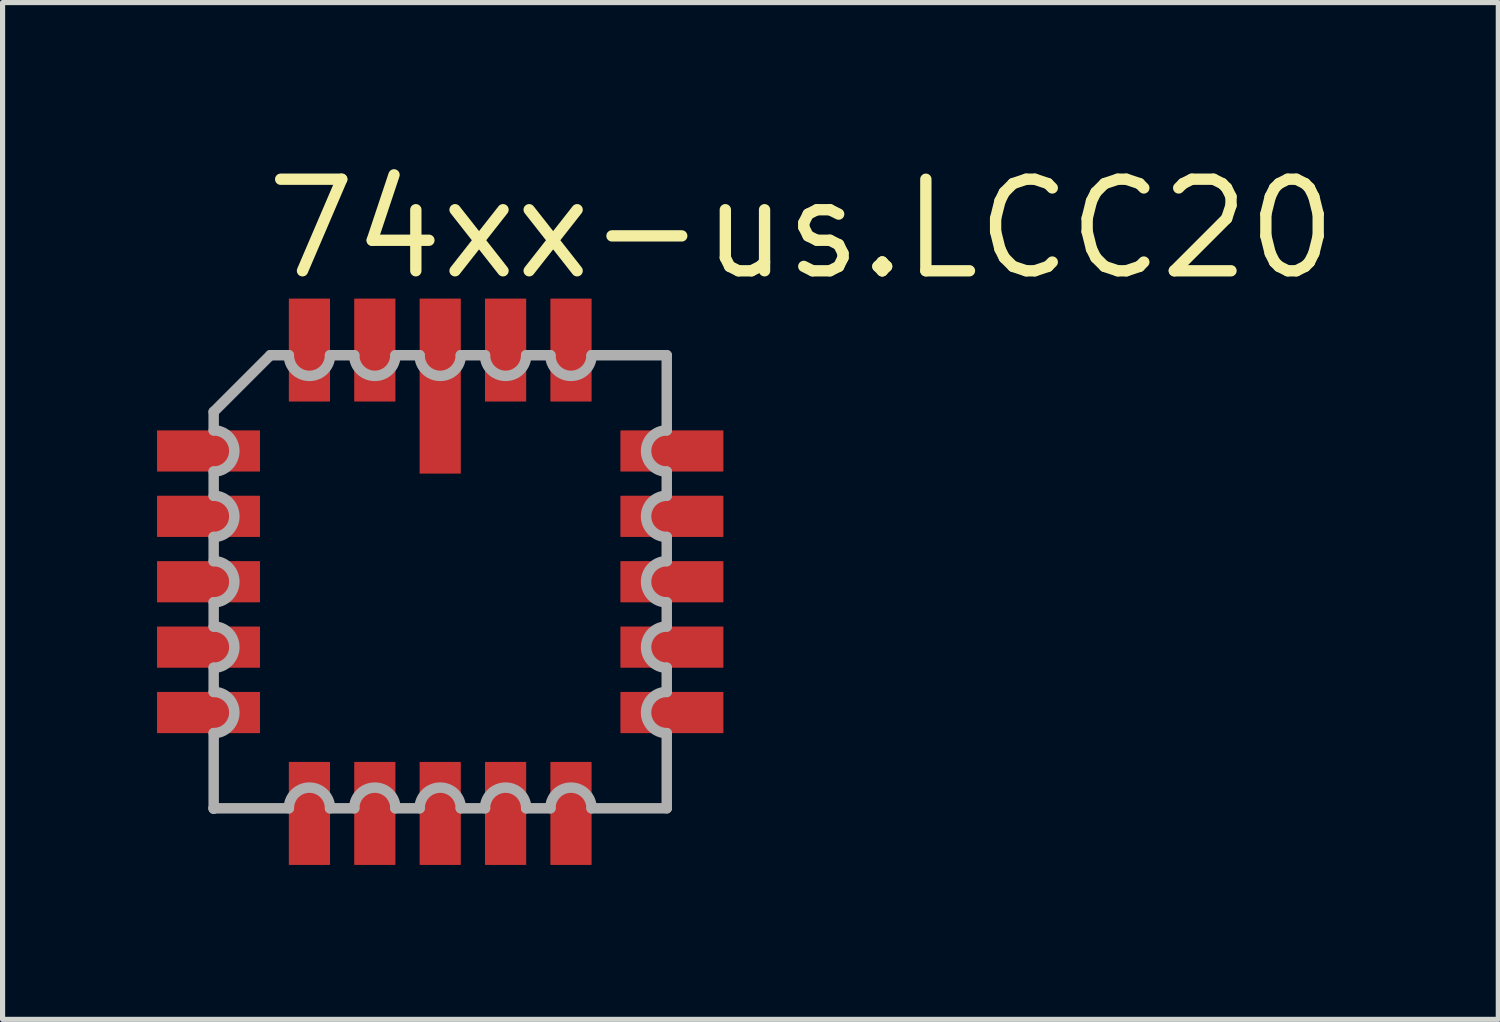
<source format=kicad_pcb>
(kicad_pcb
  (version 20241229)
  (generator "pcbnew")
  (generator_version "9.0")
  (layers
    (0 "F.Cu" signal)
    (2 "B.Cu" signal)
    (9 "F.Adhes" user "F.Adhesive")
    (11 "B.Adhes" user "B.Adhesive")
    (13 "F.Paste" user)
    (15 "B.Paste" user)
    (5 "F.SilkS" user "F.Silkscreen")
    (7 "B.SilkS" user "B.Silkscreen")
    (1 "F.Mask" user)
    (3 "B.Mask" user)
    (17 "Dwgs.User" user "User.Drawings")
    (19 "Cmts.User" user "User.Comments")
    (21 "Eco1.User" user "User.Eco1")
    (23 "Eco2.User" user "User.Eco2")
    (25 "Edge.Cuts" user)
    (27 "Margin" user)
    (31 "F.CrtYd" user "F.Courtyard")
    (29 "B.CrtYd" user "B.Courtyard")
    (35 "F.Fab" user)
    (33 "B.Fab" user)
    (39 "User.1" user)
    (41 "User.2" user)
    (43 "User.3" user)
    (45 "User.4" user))
  (footprint "74xx-us.LCC20"
    (layer "F.Cu")
    (at 5.5 8.249)
    (property "Reference" "74xx-us.LCC20" (at -3.497 -5.811 0) (layer "F.SilkS") (effects (font (size 1.778 1.778) (thickness 0.22)) (justify left bottom)))
    (attr smd)
    (fp_line (start -4.4 -3.3) (end -4.4 -2.94) (stroke (width 0.203) (type default)) (layer "F.Fab"))
    (fp_line (start -4.4 -2.14) (end -4.4 -1.67) (stroke (width 0.203) (type default)) (layer "F.Fab"))
    (fp_line (start -4.4 -0.87) (end -4.4 -0.4) (stroke (width 0.203) (type default)) (layer "F.Fab"))
    (fp_line (start -4.4 0.4) (end -4.4 0.87) (stroke (width 0.203) (type default)) (layer "F.Fab"))
    (fp_line (start -4.4 1.67) (end -4.4 2.14) (stroke (width 0.203) (type default)) (layer "F.Fab"))
    (fp_line (start -4.4 2.94) (end -4.4 4.4) (stroke (width 0.203) (type default)) (layer "F.Fab"))
    (fp_line (start -4.4 4.4) (end -4.4 4.41) (stroke (width 0.203) (type default)) (layer "F.Fab"))
    (fp_line (start -4.4 4.4) (end -2.94 4.4) (stroke (width 0.203) (type default)) (layer "F.Fab"))
    (fp_line (start -3.3 -4.4) (end -4.4 -3.3) (stroke (width 0.203) (type default)) (layer "F.Fab"))
    (fp_line (start -2.94 -4.4) (end -3.3 -4.4) (stroke (width 0.203) (type default)) (layer "F.Fab"))
    (fp_line (start -2.14 4.4) (end -1.67 4.4) (stroke (width 0.203) (type default)) (layer "F.Fab"))
    (fp_line (start -1.67 -4.4) (end -2.14 -4.4) (stroke (width 0.203) (type default)) (layer "F.Fab"))
    (fp_line (start -0.87 4.4) (end -0.4 4.4) (stroke (width 0.203) (type default)) (layer "F.Fab"))
    (fp_line (start -0.4 -4.4) (end -0.87 -4.4) (stroke (width 0.203) (type default)) (layer "F.Fab"))
    (fp_line (start 0.4 4.4) (end 0.87 4.4) (stroke (width 0.203) (type default)) (layer "F.Fab"))
    (fp_line (start 0.87 -4.4) (end 0.4 -4.4) (stroke (width 0.203) (type default)) (layer "F.Fab"))
    (fp_line (start 1.67 4.4) (end 2.14 4.4) (stroke (width 0.203) (type default)) (layer "F.Fab"))
    (fp_line (start 2.14 -4.4) (end 1.67 -4.4) (stroke (width 0.203) (type default)) (layer "F.Fab"))
    (fp_line (start 2.94 4.4) (end 4.4 4.4) (stroke (width 0.203) (type default)) (layer "F.Fab"))
    (fp_line (start 4.4 -4.4) (end 2.94 -4.4) (stroke (width 0.203) (type default)) (layer "F.Fab"))
    (fp_line (start 4.4 -2.94) (end 4.4 -4.4) (stroke (width 0.203) (type default)) (layer "F.Fab"))
    (fp_line (start 4.4 -1.67) (end 4.4 -2.14) (stroke (width 0.203) (type default)) (layer "F.Fab"))
    (fp_line (start 4.4 -0.4) (end 4.4 -0.87) (stroke (width 0.203) (type default)) (layer "F.Fab"))
    (fp_line (start 4.4 0.87) (end 4.4 0.4) (stroke (width 0.203) (type default)) (layer "F.Fab"))
    (fp_line (start 4.4 2.14) (end 4.4 1.67) (stroke (width 0.203) (type default)) (layer "F.Fab"))
    (fp_line (start 4.4 4.4) (end 4.4 2.94) (stroke (width 0.203) (type default)) (layer "F.Fab"))
    (fp_arc (start -4.3985 -2.94) (mid -3.9985 -2.54) (end -4.3985 -2.14) (stroke (width 0.2032) (type default)) (layer "F.Fab"))
    (fp_arc (start -4.3985 -1.67) (mid -3.9985 -1.27) (end -4.3985 -0.87) (stroke (width 0.2032) (type default)) (layer "F.Fab"))
    (fp_arc (start -4.3985 -0.4001) (mid -3.9984 0) (end -4.3985 0.4001) (stroke (width 0.2032) (type default)) (layer "F.Fab"))
    (fp_arc (start -4.3985 0.8699) (mid -3.9984 1.27) (end -4.3985 1.6701) (stroke (width 0.2032) (type default)) (layer "F.Fab"))
    (fp_arc (start -4.3985 2.1399) (mid -3.9984 2.54) (end -4.3985 2.9401) (stroke (width 0.2032) (type default)) (layer "F.Fab"))
    (fp_arc (start -2.9401 4.3985) (mid -2.54 3.9984) (end -2.1399 4.3985) (stroke (width 0.2032) (type default)) (layer "F.Fab"))
    (fp_arc (start -2.1399 -4.3985) (mid -2.54 -3.9984) (end -2.9401 -4.3985) (stroke (width 0.2032) (type default)) (layer "F.Fab"))
    (fp_arc (start -1.6701 4.3985) (mid -1.27 3.9984) (end -0.8699 4.3985) (stroke (width 0.2032) (type default)) (layer "F.Fab"))
    (fp_arc (start -0.8699 -4.3985) (mid -1.27 -3.9984) (end -1.6701 -4.3985) (stroke (width 0.2032) (type default)) (layer "F.Fab"))
    (fp_arc (start -0.4001 4.3985) (mid 0 3.9984) (end 0.4001 4.3985) (stroke (width 0.2032) (type default)) (layer "F.Fab"))
    (fp_arc (start 0.4001 -4.3985) (mid 0 -3.9984) (end -0.4001 -4.3985) (stroke (width 0.2032) (type default)) (layer "F.Fab"))
    (fp_arc (start 0.87 4.3985) (mid 1.27 3.9985) (end 1.67 4.3985) (stroke (width 0.2032) (type default)) (layer "F.Fab"))
    (fp_arc (start 1.67 -4.3985) (mid 1.27 -3.9985) (end 0.87 -4.3985) (stroke (width 0.2032) (type default)) (layer "F.Fab"))
    (fp_arc (start 2.14 4.3985) (mid 2.54 3.9985) (end 2.94 4.3985) (stroke (width 0.2032) (type default)) (layer "F.Fab"))
    (fp_arc (start 2.94 -4.3985) (mid 2.54 -3.9985) (end 2.14 -4.3985) (stroke (width 0.2032) (type default)) (layer "F.Fab"))
    (fp_arc (start 4.3985 -2.1399) (mid 3.9984 -2.54) (end 4.3985 -2.9401) (stroke (width 0.2032) (type default)) (layer "F.Fab"))
    (fp_arc (start 4.3985 -0.8699) (mid 3.9984 -1.27) (end 4.3985 -1.6701) (stroke (width 0.2032) (type default)) (layer "F.Fab"))
    (fp_arc (start 4.3985 0.4001) (mid 3.9984 0) (end 4.3985 -0.4001) (stroke (width 0.2032) (type default)) (layer "F.Fab"))
    (fp_arc (start 4.3985 1.67) (mid 3.9985 1.27) (end 4.3985 0.87) (stroke (width 0.2032) (type default)) (layer "F.Fab"))
    (fp_arc (start 4.3985 2.94) (mid 3.9985 2.54) (end 4.3985 2.14) (stroke (width 0.2032) (type default)) (layer "F.Fab"))
    (pad "1" smd roundrect (at 0 -3.8) (size 0.8 3.4) (layers "F.Cu" "F.Mask" "F.Paste") (roundrect_rratio 0.01))
    (pad "2" smd roundrect (at -1.27 -4.5) (size 0.8 2) (layers "F.Cu" "F.Mask" "F.Paste") (roundrect_rratio 0.01))
    (pad "3" smd roundrect (at -2.54 -4.5) (size 0.8 2) (layers "F.Cu" "F.Mask" "F.Paste") (roundrect_rratio 0.01))
    (pad "4" smd roundrect (at -4.5 -2.54) (size 2 0.8) (layers "F.Cu" "F.Mask" "F.Paste") (roundrect_rratio 0.01))
    (pad "5" smd roundrect (at -4.5 -1.27) (size 2 0.8) (layers "F.Cu" "F.Mask" "F.Paste") (roundrect_rratio 0.01))
    (pad "6" smd roundrect (at -4.5 0) (size 2 0.8) (layers "F.Cu" "F.Mask" "F.Paste") (roundrect_rratio 0.01))
    (pad "7" smd roundrect (at -4.5 1.27) (size 2 0.8) (layers "F.Cu" "F.Mask" "F.Paste") (roundrect_rratio 0.01))
    (pad "8" smd roundrect (at -4.5 2.54) (size 2 0.8) (layers "F.Cu" "F.Mask" "F.Paste") (roundrect_rratio 0.01))
    (pad "9" smd roundrect (at -2.54 4.5) (size 0.8 2) (layers "F.Cu" "F.Mask" "F.Paste") (roundrect_rratio 0.01))
    (pad "10" smd roundrect (at -1.27 4.5) (size 0.8 2) (layers "F.Cu" "F.Mask" "F.Paste") (roundrect_rratio 0.01))
    (pad "11" smd roundrect (at 0 4.5) (size 0.8 2) (layers "F.Cu" "F.Mask" "F.Paste") (roundrect_rratio 0.01))
    (pad "12" smd roundrect (at 1.27 4.5) (size 0.8 2) (layers "F.Cu" "F.Mask" "F.Paste") (roundrect_rratio 0.01))
    (pad "13" smd roundrect (at 2.54 4.5) (size 0.8 2) (layers "F.Cu" "F.Mask" "F.Paste") (roundrect_rratio 0.01))
    (pad "14" smd roundrect (at 4.5 2.54) (size 2 0.8) (layers "F.Cu" "F.Mask" "F.Paste") (roundrect_rratio 0.01))
    (pad "15" smd roundrect (at 4.5 1.27) (size 2 0.8) (layers "F.Cu" "F.Mask" "F.Paste") (roundrect_rratio 0.01))
    (pad "16" smd roundrect (at 4.5 0) (size 2 0.8) (layers "F.Cu" "F.Mask" "F.Paste") (roundrect_rratio 0.01))
    (pad "17" smd roundrect (at 4.5 -1.27) (size 2 0.8) (layers "F.Cu" "F.Mask" "F.Paste") (roundrect_rratio 0.01))
    (pad "18" smd roundrect (at 4.5 -2.54) (size 2 0.8) (layers "F.Cu" "F.Mask" "F.Paste") (roundrect_rratio 0.01))
    (pad "19" smd roundrect (at 2.54 -4.5) (size 0.8 2) (layers "F.Cu" "F.Mask" "F.Paste") (roundrect_rratio 0.01))
    (pad "20" smd roundrect (at 1.27 -4.5) (size 0.8 2) (layers "F.Cu" "F.Mask" "F.Paste") (roundrect_rratio 0.01)))
  (gr_rect
    (start -3 -3)
    (end 26.051 16.749)
    (stroke (width 0.1) (type default))
    (fill no)
    (layer "Edge.Cuts")))
</source>
